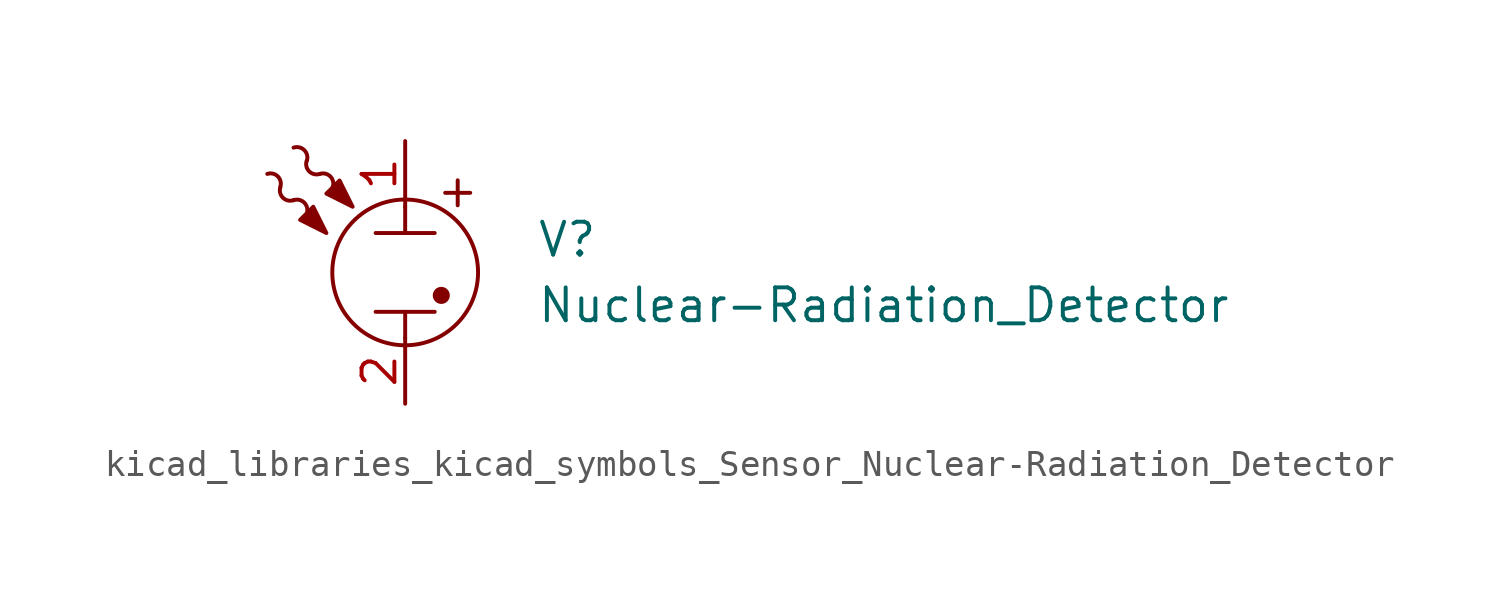
<source format=kicad_sym>
(kicad_symbol_lib
  (version 20220914)
  (generator kicad_symbol_editor)
  (symbol "kicad_libraries_kicad_symbols_Sensor_Nuclear-Radiation_Detector"
    (pin_names
      (offset 0) hide)
    (property "Reference" "V"
      (at 5.08 1.27 0)
      (effects (font (size 1.27 1.27)) (justify left)))
    (property "Value" "Nuclear-Radiation_Detector"
      (at 5.08 -1.27 0)
      (effects (font (size 1.27 1.27)) (justify left)))
    (symbol "kicad_libraries_kicad_symbols_Sensor_Nuclear-Radiation_Detector_0_0"
      (text "+" (at 2.032 3.175 0) (effects (font (size 1.27 1.27)))))
    (symbol "kicad_libraries_kicad_symbols_Sensor_Nuclear-Radiation_Detector_0_1"
      (arc (start -2.794 3.302) (mid -2.891 3.713) (end -3.302 3.81) (stroke (width 0) (type default)) (fill (type none)))
      (polyline (pts (xy -1.143 -1.524) (xy 1.143 -1.524)) (stroke (width 0) (type default)) (fill (type none)))
      (polyline (pts (xy -1.143 1.524) (xy 1.143 1.524)) (stroke (width 0) (type default)) (fill (type none)))
      (polyline (pts (xy 0 -1.524) (xy 0 -2.54)) (stroke (width 0) (type default)) (fill (type none)))
      (polyline (pts (xy 0 2.54) (xy 0 1.524)) (stroke (width 0) (type default)) (fill (type none)))
      (polyline (pts (xy -2.54 3.556) (xy -3.048 3.048) (xy -2.032 2.54) (xy -2.54 3.556)) (stroke (width 0) (type default)) (fill (type outline)))
      (circle (center 0 0) (radius 2.819) (stroke (width 0) (type default)) (fill (type none)))
      (circle (center 1.397 -0.889) (radius 0.254) (stroke (width 0) (type default)) (fill (type outline))))
    (symbol "kicad_libraries_kicad_symbols_Sensor_Nuclear-Radiation_Detector_1_1"
      (arc (start -4.826 3.302) (mid -4.923 3.713) (end -5.334 3.81) (stroke (width 0) (type default)) (fill (type none)))
      (arc (start -4.826 3.302) (mid -4.729 2.891) (end -4.318 2.794) (stroke (width 0) (type default)) (fill (type none)))
      (arc (start -3.81 2.286) (mid -3.907 2.697) (end -4.318 2.794) (stroke (width 0) (type default)) (fill (type none)))
      (arc (start -3.81 4.318) (mid -3.907 4.729) (end -4.318 4.826) (stroke (width 0) (type default)) (fill (type none)))
      (arc (start -3.81 4.318) (mid -3.713 3.907) (end -3.302 3.81) (stroke (width 0) (type default)) (fill (type none)))
      (polyline (pts (xy -3.556 2.54) (xy -4.064 2.032) (xy -3.048 1.524) (xy -3.556 2.54)) (stroke (width 0) (type default)) (fill (type outline)))
      (pin passive line (at 0 5.08 270) (length 2.54) (name "1" (effects (font (size 1.27 1.27)))) (number "1" (effects (font (size 1.27 1.27)))))
      (pin passive line (at 0 -5.08 90) (length 2.54) (name "2" (effects (font (size 1.27 1.27)))) (number "2" (effects (font (size 1.27 1.27))))))))
</source>
